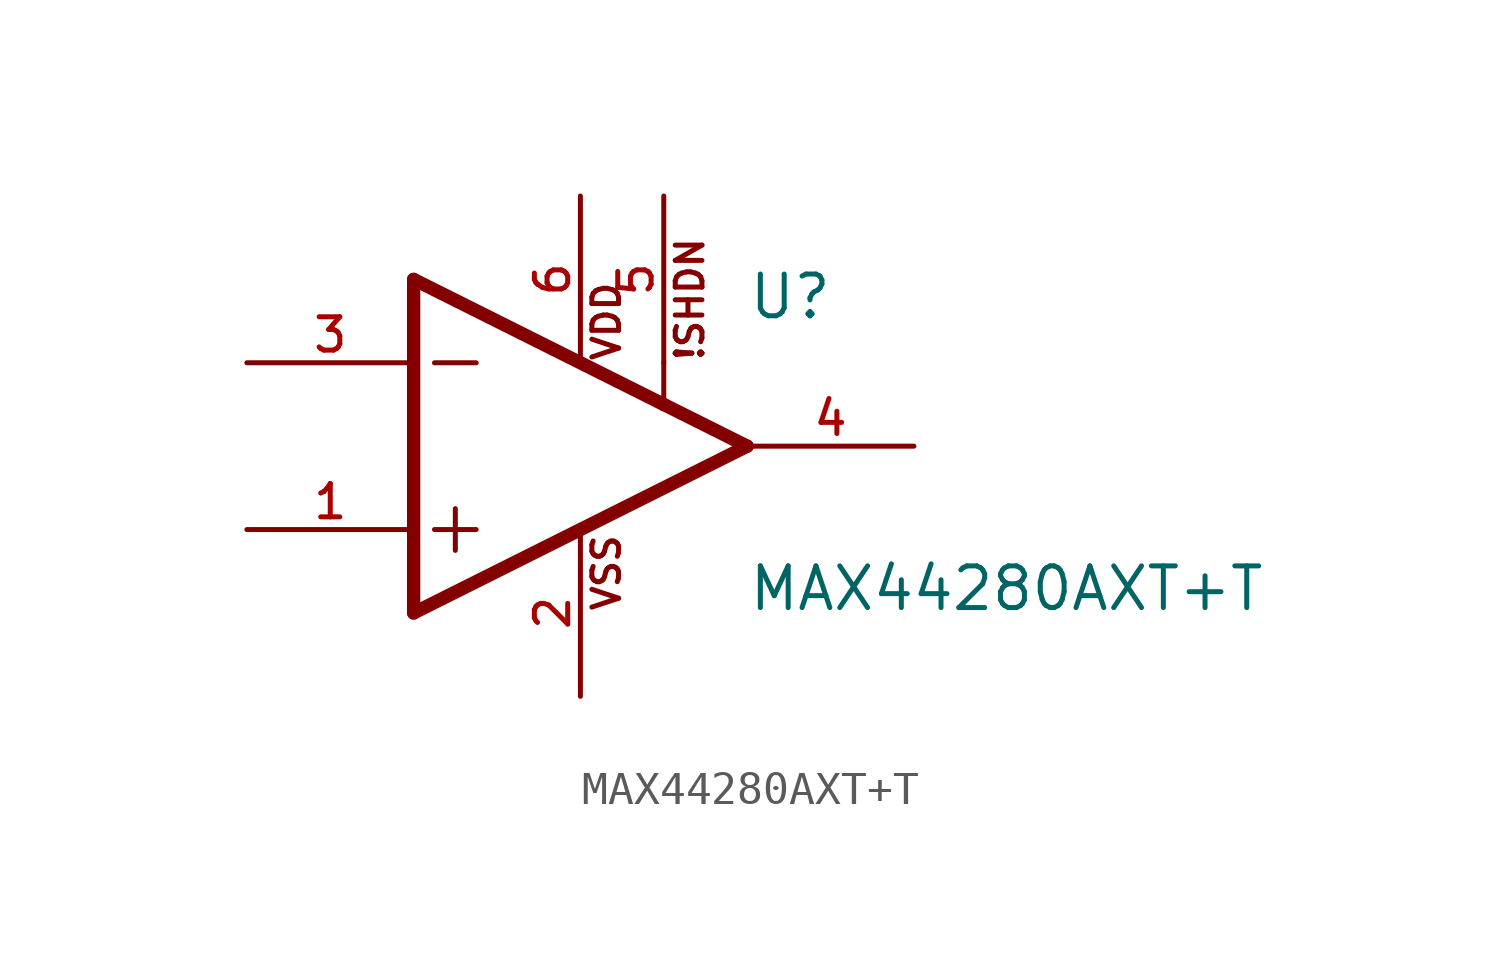
<source format=kicad_sym>
(kicad_symbol_lib
  (version 20211014)
  (generator kicad_symbol_editor)
  (symbol "MAX44280AXT+T"
    (pin_names
      (offset 1.016) hide)
    (property "Reference" "U"
      (at 7.62 3.81 0)
      (effects (font (size 1.27 1.27)) (justify left bottom)))
    (property "Value" "MAX44280AXT+T"
      (at 7.62 -5.08 0)
      (effects (font (size 1.27 1.27)) (justify left bottom)))
    (property "ki_locked" ""
      (at 0 0 0)
      (effects (font (size 1.27 1.27))))
    (symbol "MAX44280AXT+T_0_0"
      (polyline (pts (xy -2.54 -5.08) (xy 7.62 0)) (stroke (width 0.406) (type default) (color 0 0 0 0)) (fill (type none)))
      (polyline (pts (xy -2.54 5.08) (xy -2.54 -5.08)) (stroke (width 0.406) (type default) (color 0 0 0 0)) (fill (type none)))
      (polyline (pts (xy -1.905 -2.54) (xy -0.635 -2.54)) (stroke (width 0.152) (type default) (color 0 0 0 0)) (fill (type none)))
      (polyline (pts (xy -1.905 2.54) (xy -0.635 2.54)) (stroke (width 0.152) (type default) (color 0 0 0 0)) (fill (type none)))
      (polyline (pts (xy -1.27 -1.905) (xy -1.27 -3.175)) (stroke (width 0.152) (type default) (color 0 0 0 0)) (fill (type none)))
      (polyline (pts (xy 5.08 1.27) (xy -2.54 5.08)) (stroke (width 0.406) (type default) (color 0 0 0 0)) (fill (type none)))
      (polyline (pts (xy 5.08 2.54) (xy 5.08 1.27)) (stroke (width 0.152) (type default) (color 0 0 0 0)) (fill (type none)))
      (polyline (pts (xy 7.62 0) (xy 5.08 1.27)) (stroke (width 0.406) (type default) (color 0 0 0 0)) (fill (type none)))
      (text "!SHDN" (at 6.35 2.54 900) (effects (font (size 0.813 0.813)) (justify left bottom)))
      (text "VDD" (at 3.81 2.54 900) (effects (font (size 0.813 0.813)) (justify left bottom)))
      (text "VSS" (at 3.81 -5.08 900) (effects (font (size 0.813 0.813)) (justify left bottom)))
      (pin input line (at -7.62 -2.54 0) (length 5.08) (name "~" (effects (font (size 1.016 1.016)))) (number "1" (effects (font (size 1.016 1.016)))))
      (pin power_in line (at 2.54 -7.62 90) (length 5.08) (name "~" (effects (font (size 1.016 1.016)))) (number "2" (effects (font (size 1.016 1.016)))))
      (pin input line (at -7.62 2.54 0) (length 5.08) (name "~" (effects (font (size 1.016 1.016)))) (number "3" (effects (font (size 1.016 1.016)))))
      (pin output line (at 12.7 0 180) (length 5.08) (name "~" (effects (font (size 1.016 1.016)))) (number "4" (effects (font (size 1.016 1.016)))))
      (pin input line (at 5.08 7.62 270) (length 5.08) (name "~" (effects (font (size 1.016 1.016)))) (number "5" (effects (font (size 1.016 1.016)))))
      (pin power_in line (at 2.54 7.62 270) (length 5.08) (name "~" (effects (font (size 1.016 1.016)))) (number "6" (effects (font (size 1.016 1.016))))))))
</source>
